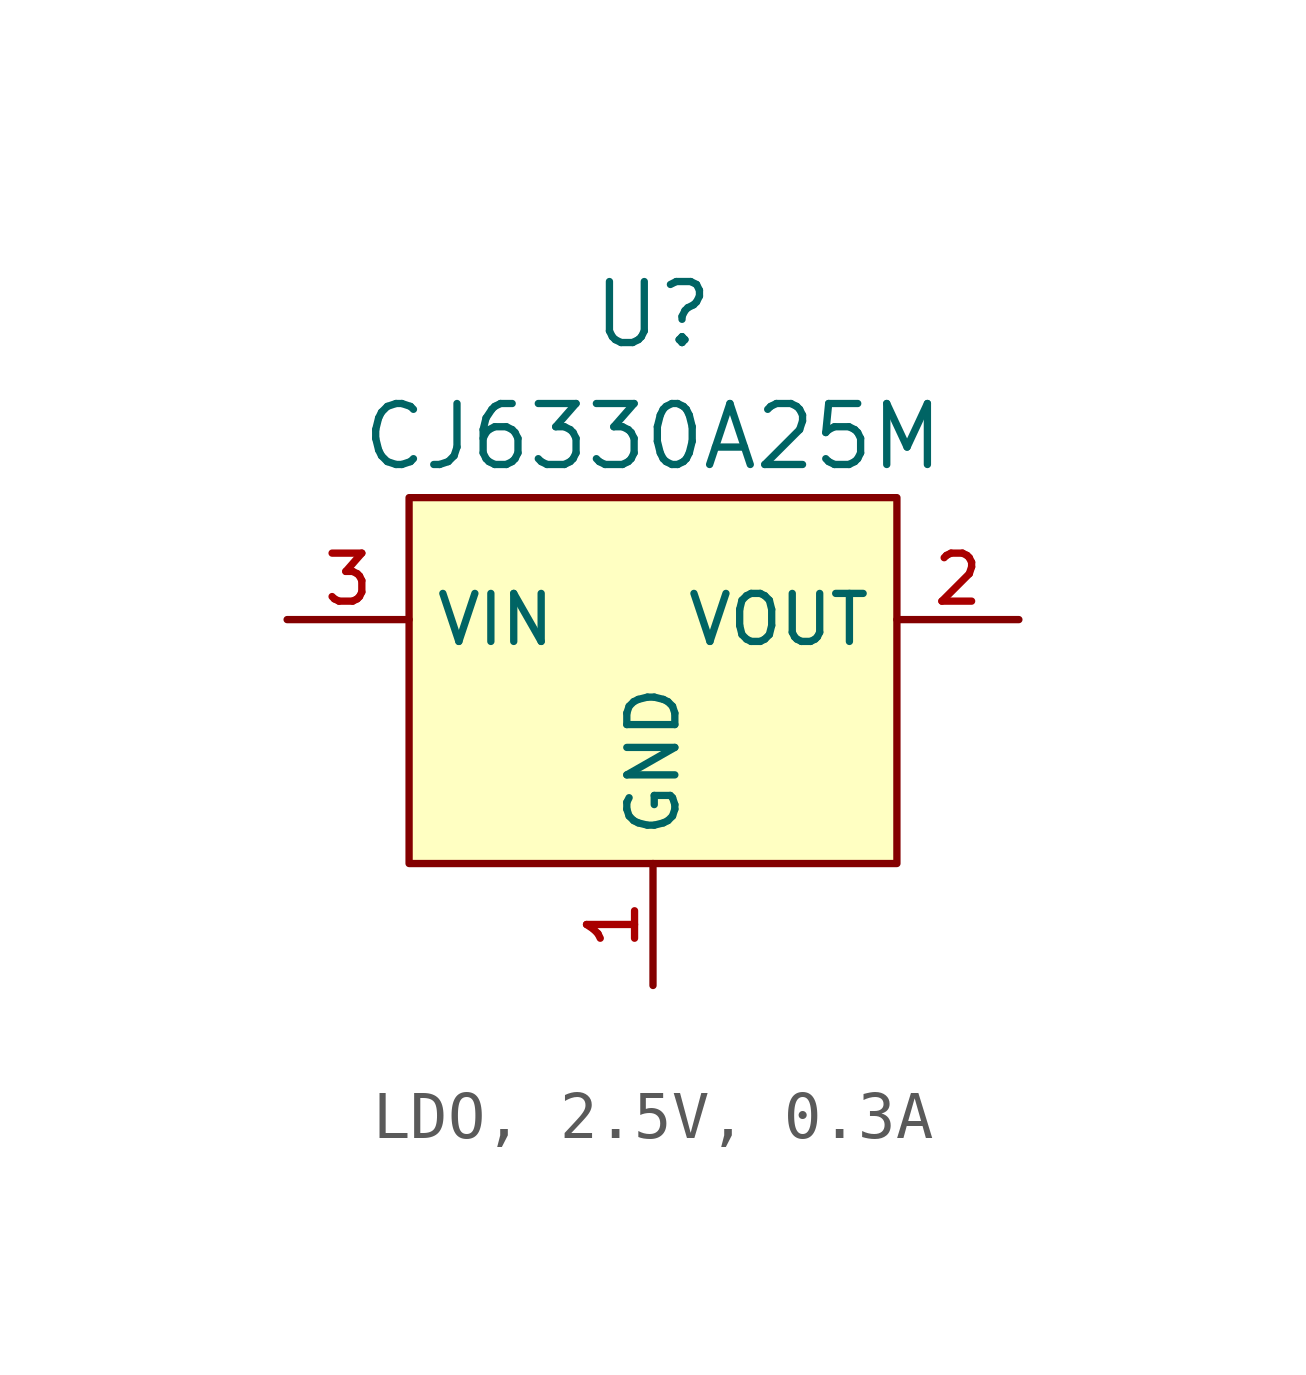
<source format=kicad_sym>
(kicad_symbol_lib
  (version 20231120)
  (generator "CDFER_Archive_Tool")
  (generator_version "0.0")
  (symbol "LDO, 2.5V, 0.3A"
    (property "Reference" "U"
      (at 0 8.89 0)
      (effects (font (size 1.27 1.27))))
    (property "Value" "CJ6330A25M"
      (at 0 6.35 0)
      (effects (font (size 1.27 1.27))))
    (symbol "LDO, 2.5V, 0.3A_0_1"
      (rectangle (start -5.08 5.08) (end 5.08 -2.54) (stroke (width 0) (type default)) (fill (type background)))
      (pin unspecified line (at 0 -5.08 90) (length 2.54) (name "GND" (effects (font (size 1 1)))) (number "1" (effects (font (size 1 1))))))
    (symbol "LDO, 2.5V, 0.3A_1_1"
      (pin unspecified line (at 7.62 2.54 180) (length 2.54) (name "VOUT" (effects (font (size 1 1)))) (number "2" (effects (font (size 1 1)))))
      (pin unspecified line (at -7.62 2.54 0) (length 2.54) (name "VIN" (effects (font (size 1 1)))) (number "3" (effects (font (size 1 1))))))))
</source>
